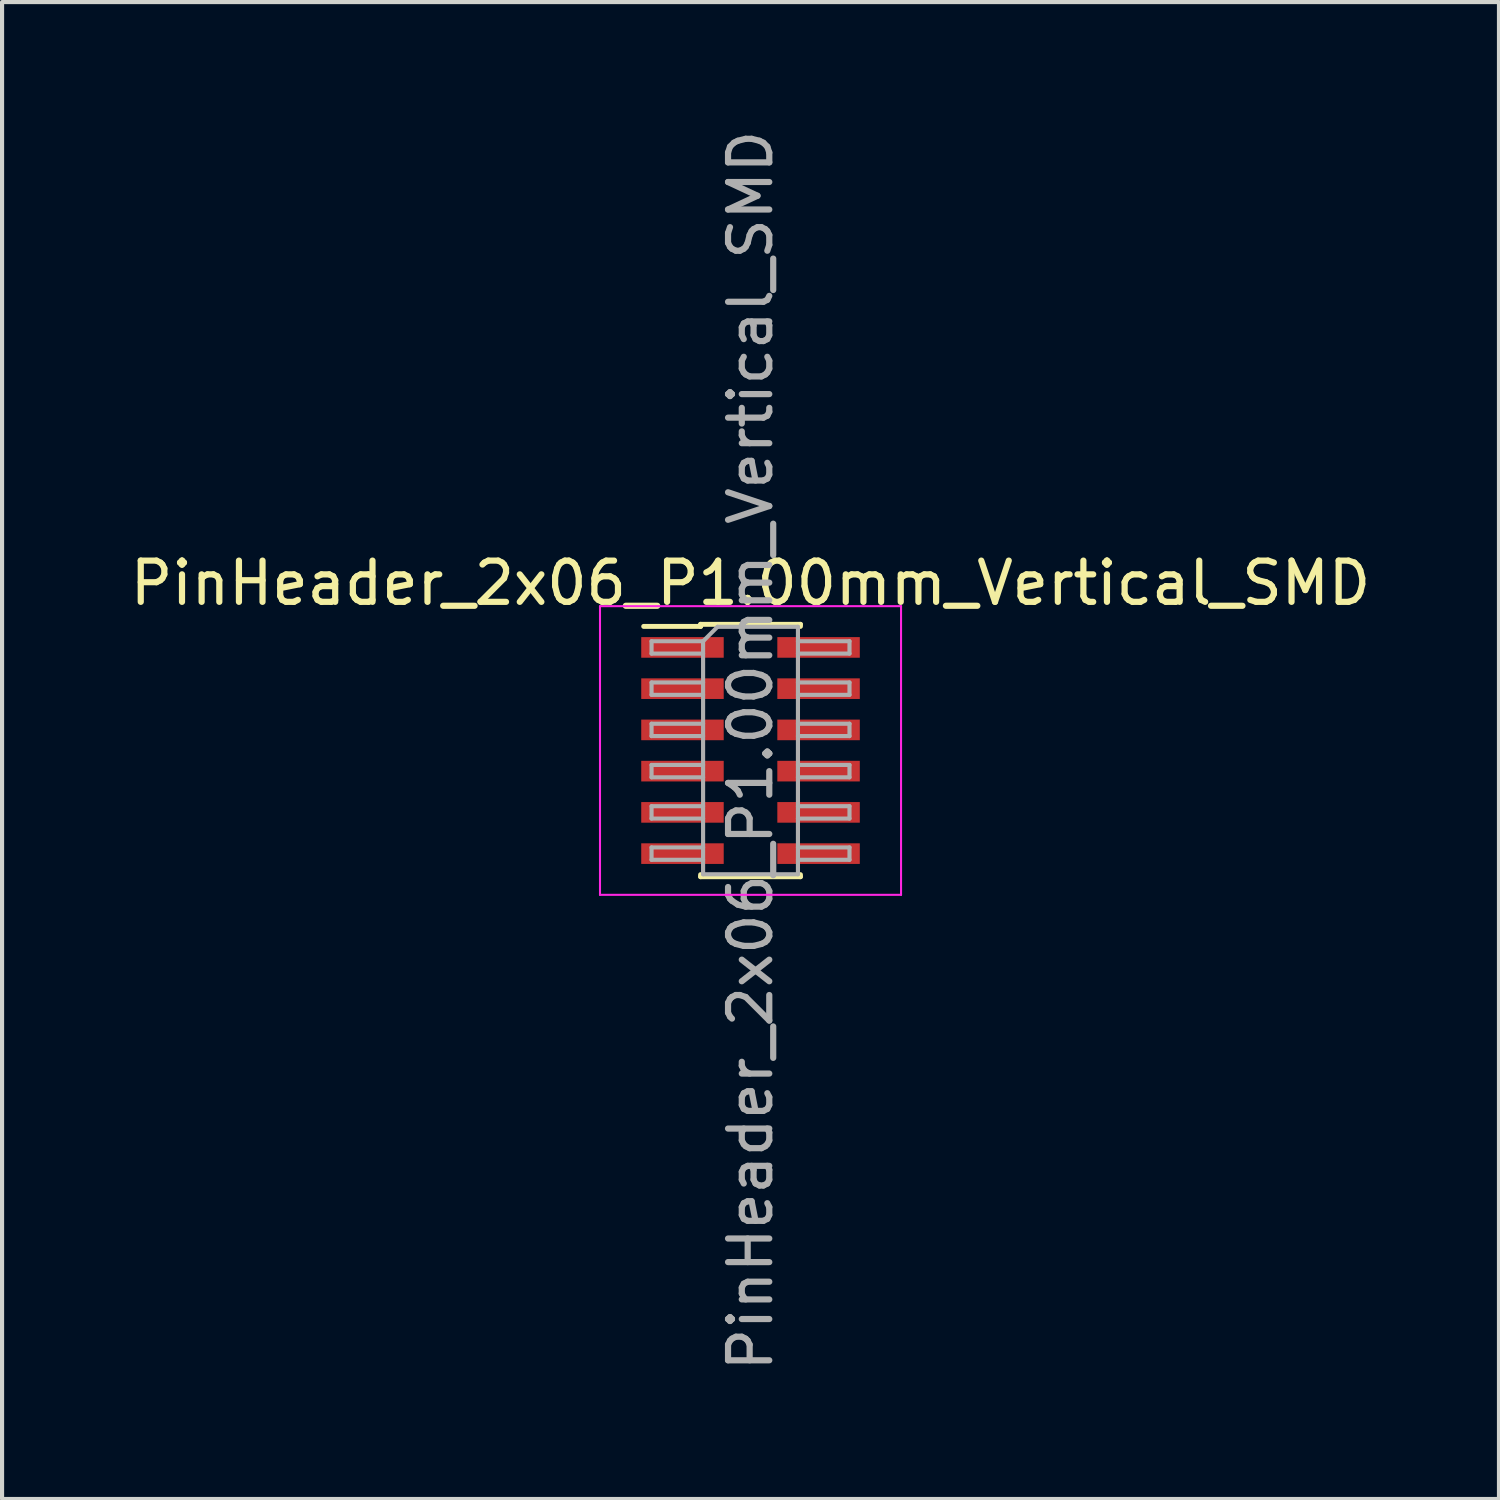
<source format=kicad_pcb>
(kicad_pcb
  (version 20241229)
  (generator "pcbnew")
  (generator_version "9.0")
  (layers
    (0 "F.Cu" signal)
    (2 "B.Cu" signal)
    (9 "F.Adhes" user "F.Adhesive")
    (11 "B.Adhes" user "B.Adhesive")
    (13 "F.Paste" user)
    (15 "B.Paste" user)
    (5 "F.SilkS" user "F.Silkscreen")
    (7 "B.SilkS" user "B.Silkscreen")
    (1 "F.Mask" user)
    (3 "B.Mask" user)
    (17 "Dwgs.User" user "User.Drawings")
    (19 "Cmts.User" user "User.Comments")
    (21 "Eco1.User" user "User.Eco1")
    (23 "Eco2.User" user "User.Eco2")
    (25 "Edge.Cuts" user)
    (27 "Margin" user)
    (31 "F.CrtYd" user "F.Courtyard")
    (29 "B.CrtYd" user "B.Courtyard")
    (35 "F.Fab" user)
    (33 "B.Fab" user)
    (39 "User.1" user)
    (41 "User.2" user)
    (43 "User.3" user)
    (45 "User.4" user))
  (footprint "PinHeader_2x06_P1.00mm_Vertical_SMD"
    (layer "F.Cu")
    (at 15.149 15.149)
    (property "Reference" "PinHeader_2x06_P1.00mm_Vertical_SMD" (at 0 -4.06 0) (layer "F.SilkS") (effects (font (size 1 1) (thickness 0.15))))
    (attr smd)
    (fp_line (start -2.59 -3.01) (end -1.21 -3.01) (stroke (width 0.12) (type solid)) (layer "F.SilkS"))
    (fp_line (start -1.21 -3.06) (end -1.21 -3.01) (stroke (width 0.12) (type solid)) (layer "F.SilkS"))
    (fp_line (start -1.21 -3.06) (end 1.21 -3.06) (stroke (width 0.12) (type solid)) (layer "F.SilkS"))
    (fp_line (start -1.21 3.01) (end -1.21 3.06) (stroke (width 0.12) (type solid)) (layer "F.SilkS"))
    (fp_line (start -1.21 3.06) (end 1.21 3.06) (stroke (width 0.12) (type solid)) (layer "F.SilkS"))
    (fp_line (start 1.21 -3.06) (end 1.21 -3.01) (stroke (width 0.12) (type solid)) (layer "F.SilkS"))
    (fp_line (start 1.21 3.01) (end 1.21 3.06) (stroke (width 0.12) (type solid)) (layer "F.SilkS"))
    (fp_line (start -3.65 -3.5) (end -3.65 3.5) (stroke (width 0.05) (type solid)) (layer "F.CrtYd"))
    (fp_line (start -3.65 3.5) (end 3.65 3.5) (stroke (width 0.05) (type solid)) (layer "F.CrtYd"))
    (fp_line (start 3.65 -3.5) (end -3.65 -3.5) (stroke (width 0.05) (type solid)) (layer "F.CrtYd"))
    (fp_line (start 3.65 3.5) (end 3.65 -3.5) (stroke (width 0.05) (type solid)) (layer "F.CrtYd"))
    (fp_line (start -2.4 -2.65) (end -2.4 -2.35) (stroke (width 0.1) (type solid)) (layer "F.Fab"))
    (fp_line (start -2.4 -2.35) (end -1.15 -2.35) (stroke (width 0.1) (type solid)) (layer "F.Fab"))
    (fp_line (start -2.4 -1.65) (end -2.4 -1.35) (stroke (width 0.1) (type solid)) (layer "F.Fab"))
    (fp_line (start -2.4 -1.35) (end -1.15 -1.35) (stroke (width 0.1) (type solid)) (layer "F.Fab"))
    (fp_line (start -2.4 -0.65) (end -2.4 -0.35) (stroke (width 0.1) (type solid)) (layer "F.Fab"))
    (fp_line (start -2.4 -0.35) (end -1.15 -0.35) (stroke (width 0.1) (type solid)) (layer "F.Fab"))
    (fp_line (start -2.4 0.35) (end -2.4 0.65) (stroke (width 0.1) (type solid)) (layer "F.Fab"))
    (fp_line (start -2.4 0.65) (end -1.15 0.65) (stroke (width 0.1) (type solid)) (layer "F.Fab"))
    (fp_line (start -2.4 1.35) (end -2.4 1.65) (stroke (width 0.1) (type solid)) (layer "F.Fab"))
    (fp_line (start -2.4 1.65) (end -1.15 1.65) (stroke (width 0.1) (type solid)) (layer "F.Fab"))
    (fp_line (start -2.4 2.35) (end -2.4 2.65) (stroke (width 0.1) (type solid)) (layer "F.Fab"))
    (fp_line (start -2.4 2.65) (end -1.15 2.65) (stroke (width 0.1) (type solid)) (layer "F.Fab"))
    (fp_line (start -1.15 -2.65) (end -2.4 -2.65) (stroke (width 0.1) (type solid)) (layer "F.Fab"))
    (fp_line (start -1.15 -2.65) (end -0.8 -3) (stroke (width 0.1) (type solid)) (layer "F.Fab"))
    (fp_line (start -1.15 -1.65) (end -2.4 -1.65) (stroke (width 0.1) (type solid)) (layer "F.Fab"))
    (fp_line (start -1.15 -0.65) (end -2.4 -0.65) (stroke (width 0.1) (type solid)) (layer "F.Fab"))
    (fp_line (start -1.15 0.35) (end -2.4 0.35) (stroke (width 0.1) (type solid)) (layer "F.Fab"))
    (fp_line (start -1.15 1.35) (end -2.4 1.35) (stroke (width 0.1) (type solid)) (layer "F.Fab"))
    (fp_line (start -1.15 2.35) (end -2.4 2.35) (stroke (width 0.1) (type solid)) (layer "F.Fab"))
    (fp_line (start -1.15 3) (end -1.15 -2.65) (stroke (width 0.1) (type solid)) (layer "F.Fab"))
    (fp_line (start -0.8 -3) (end 1.15 -3) (stroke (width 0.1) (type solid)) (layer "F.Fab"))
    (fp_line (start 1.15 -3) (end 1.15 3) (stroke (width 0.1) (type solid)) (layer "F.Fab"))
    (fp_line (start 1.15 -2.65) (end 2.4 -2.65) (stroke (width 0.1) (type solid)) (layer "F.Fab"))
    (fp_line (start 1.15 -1.65) (end 2.4 -1.65) (stroke (width 0.1) (type solid)) (layer "F.Fab"))
    (fp_line (start 1.15 -0.65) (end 2.4 -0.65) (stroke (width 0.1) (type solid)) (layer "F.Fab"))
    (fp_line (start 1.15 0.35) (end 2.4 0.35) (stroke (width 0.1) (type solid)) (layer "F.Fab"))
    (fp_line (start 1.15 1.35) (end 2.4 1.35) (stroke (width 0.1) (type solid)) (layer "F.Fab"))
    (fp_line (start 1.15 2.35) (end 2.4 2.35) (stroke (width 0.1) (type solid)) (layer "F.Fab"))
    (fp_line (start 1.15 3) (end -1.15 3) (stroke (width 0.1) (type solid)) (layer "F.Fab"))
    (fp_line (start 2.4 -2.65) (end 2.4 -2.35) (stroke (width 0.1) (type solid)) (layer "F.Fab"))
    (fp_line (start 2.4 -2.35) (end 1.15 -2.35) (stroke (width 0.1) (type solid)) (layer "F.Fab"))
    (fp_line (start 2.4 -1.65) (end 2.4 -1.35) (stroke (width 0.1) (type solid)) (layer "F.Fab"))
    (fp_line (start 2.4 -1.35) (end 1.15 -1.35) (stroke (width 0.1) (type solid)) (layer "F.Fab"))
    (fp_line (start 2.4 -0.65) (end 2.4 -0.35) (stroke (width 0.1) (type solid)) (layer "F.Fab"))
    (fp_line (start 2.4 -0.35) (end 1.15 -0.35) (stroke (width 0.1) (type solid)) (layer "F.Fab"))
    (fp_line (start 2.4 0.35) (end 2.4 0.65) (stroke (width 0.1) (type solid)) (layer "F.Fab"))
    (fp_line (start 2.4 0.65) (end 1.15 0.65) (stroke (width 0.1) (type solid)) (layer "F.Fab"))
    (fp_line (start 2.4 1.35) (end 2.4 1.65) (stroke (width 0.1) (type solid)) (layer "F.Fab"))
    (fp_line (start 2.4 1.65) (end 1.15 1.65) (stroke (width 0.1) (type solid)) (layer "F.Fab"))
    (fp_line (start 2.4 2.35) (end 2.4 2.65) (stroke (width 0.1) (type solid)) (layer "F.Fab"))
    (fp_line (start 2.4 2.65) (end 1.15 2.65) (stroke (width 0.1) (type solid)) (layer "F.Fab"))
    (fp_text user "${REFERENCE}" (at 0 0 90) (layer "F.Fab") (effects (font (size 1 1) (thickness 0.15))))
    (pad "1" smd rect (at -1.65 -2.5) (size 2 0.5) (layers "F.Cu" "F.Mask" "F.Paste"))
    (pad "2" smd rect (at 1.65 -2.5) (size 2 0.5) (layers "F.Cu" "F.Mask" "F.Paste"))
    (pad "3" smd rect (at -1.65 -1.5) (size 2 0.5) (layers "F.Cu" "F.Mask" "F.Paste"))
    (pad "4" smd rect (at 1.65 -1.5) (size 2 0.5) (layers "F.Cu" "F.Mask" "F.Paste"))
    (pad "5" smd rect (at -1.65 -0.5) (size 2 0.5) (layers "F.Cu" "F.Mask" "F.Paste"))
    (pad "6" smd rect (at 1.65 -0.5) (size 2 0.5) (layers "F.Cu" "F.Mask" "F.Paste"))
    (pad "7" smd rect (at -1.65 0.5) (size 2 0.5) (layers "F.Cu" "F.Mask" "F.Paste"))
    (pad "8" smd rect (at 1.65 0.5) (size 2 0.5) (layers "F.Cu" "F.Mask" "F.Paste"))
    (pad "9" smd rect (at -1.65 1.5) (size 2 0.5) (layers "F.Cu" "F.Mask" "F.Paste"))
    (pad "10" smd rect (at 1.65 1.5) (size 2 0.5) (layers "F.Cu" "F.Mask" "F.Paste"))
    (pad "11" smd rect (at -1.65 2.5) (size 2 0.5) (layers "F.Cu" "F.Mask" "F.Paste"))
    (pad "12" smd rect (at 1.65 2.5) (size 2 0.5) (layers "F.Cu" "F.Mask" "F.Paste")))
  (gr_rect
    (start -3 -3)
    (end 33.298 33.298)
    (stroke (width 0.1) (type default))
    (fill no)
    (layer "Edge.Cuts")))
</source>
